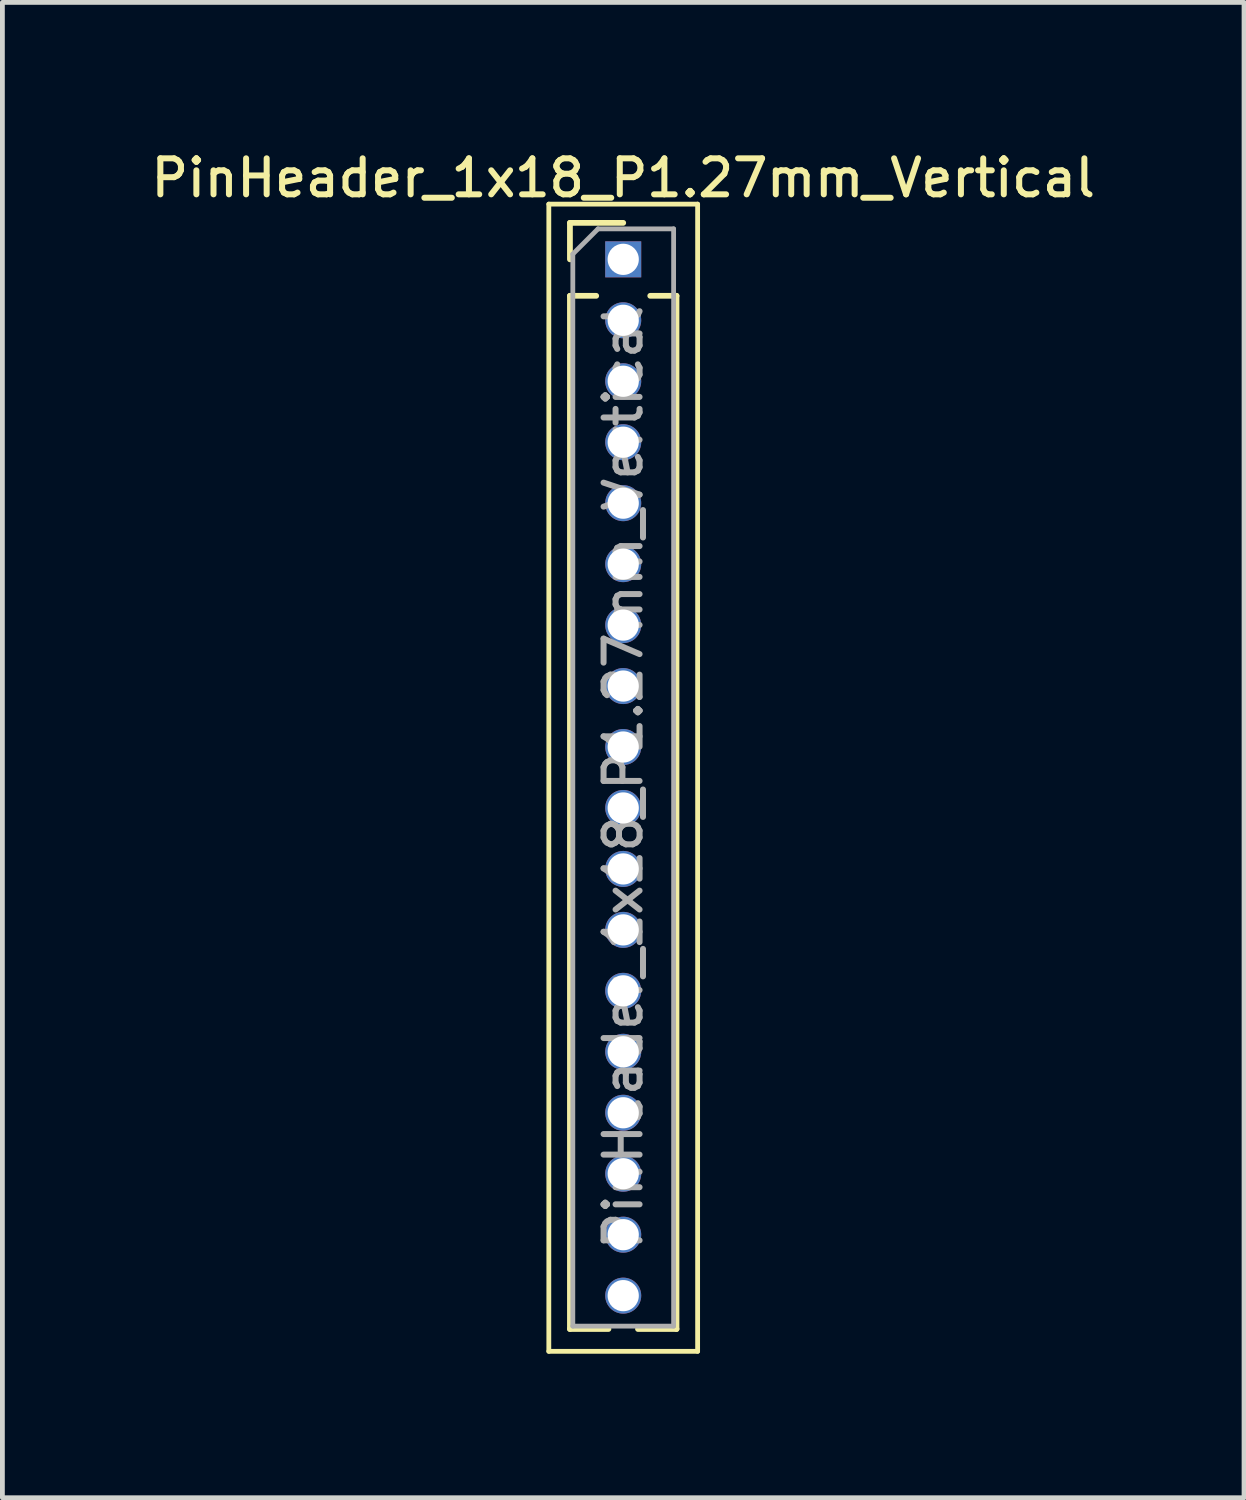
<source format=kicad_pcb>
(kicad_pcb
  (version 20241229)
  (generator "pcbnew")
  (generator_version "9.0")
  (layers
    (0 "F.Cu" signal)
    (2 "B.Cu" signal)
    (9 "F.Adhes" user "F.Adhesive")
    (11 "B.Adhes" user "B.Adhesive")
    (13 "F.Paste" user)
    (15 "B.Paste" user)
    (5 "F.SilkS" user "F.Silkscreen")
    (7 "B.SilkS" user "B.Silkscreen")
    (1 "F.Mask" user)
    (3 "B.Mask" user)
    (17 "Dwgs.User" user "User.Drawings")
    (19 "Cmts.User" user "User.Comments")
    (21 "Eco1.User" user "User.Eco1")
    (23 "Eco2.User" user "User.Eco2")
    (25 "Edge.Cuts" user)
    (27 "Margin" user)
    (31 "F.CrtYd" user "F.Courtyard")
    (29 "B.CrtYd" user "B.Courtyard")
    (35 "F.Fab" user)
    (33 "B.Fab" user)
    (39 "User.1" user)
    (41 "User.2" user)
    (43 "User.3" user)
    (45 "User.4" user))
  (footprint "PinHeader_1x18_P1.27mm_Vertical"
    (layer "F.Cu")
    (at 9.934 2.353)
    (property "Reference" "PinHeader_1x18_P1.27mm_Vertical" (at 0 -1.695 0) (layer "F.SilkS") (effects (font (size 0.75 0.75) (thickness 0.125))))
    (attr through_hole)
    (fp_line (start -1.55 -1.15) (end -1.55 22.75) (stroke (width 0.1) (type solid)) (layer "F.SilkS"))
    (fp_line (start -1.55 22.75) (end 1.55 22.75) (stroke (width 0.1) (type solid)) (layer "F.SilkS"))
    (fp_line (start -1.11 -0.76) (end 0 -0.76) (stroke (width 0.12) (type solid)) (layer "F.SilkS"))
    (fp_line (start -1.11 0) (end -1.11 -0.76) (stroke (width 0.12) (type solid)) (layer "F.SilkS"))
    (fp_line (start -1.11 0.76) (end -1.11 22.285) (stroke (width 0.12) (type solid)) (layer "F.SilkS"))
    (fp_line (start -1.11 0.76) (end -0.563 0.76) (stroke (width 0.12) (type solid)) (layer "F.SilkS"))
    (fp_line (start -1.11 22.285) (end -0.308 22.285) (stroke (width 0.12) (type solid)) (layer "F.SilkS"))
    (fp_line (start 0.308 22.285) (end 1.11 22.285) (stroke (width 0.12) (type solid)) (layer "F.SilkS"))
    (fp_line (start 0.563 0.76) (end 1.11 0.76) (stroke (width 0.12) (type solid)) (layer "F.SilkS"))
    (fp_line (start 1.11 0.76) (end 1.11 22.285) (stroke (width 0.12) (type solid)) (layer "F.SilkS"))
    (fp_line (start 1.55 -1.15) (end -1.55 -1.15) (stroke (width 0.1) (type solid)) (layer "F.SilkS"))
    (fp_line (start 1.55 22.75) (end 1.55 -1.15) (stroke (width 0.1) (type solid)) (layer "F.SilkS"))
    (fp_line (start -1.05 -0.11) (end -0.525 -0.635) (stroke (width 0.1) (type solid)) (layer "F.Fab"))
    (fp_line (start -1.05 22.225) (end -1.05 -0.11) (stroke (width 0.1) (type solid)) (layer "F.Fab"))
    (fp_line (start -0.525 -0.635) (end 1.05 -0.635) (stroke (width 0.1) (type solid)) (layer "F.Fab"))
    (fp_line (start 1.05 -0.635) (end 1.05 22.225) (stroke (width 0.1) (type solid)) (layer "F.Fab"))
    (fp_line (start 1.05 22.225) (end -1.05 22.225) (stroke (width 0.1) (type solid)) (layer "F.Fab"))
    (fp_text user "${REFERENCE}" (at 0 10.795 90) (layer "F.Fab") (effects (font (size 0.75 0.75) (thickness 0.125))))
    (pad "1" thru_hole rect (at 0 0) (size 0.75 0.75) (drill 0.65) (layers "*.Cu" "*.Mask"))
    (pad "2" thru_hole oval (at 0 1.27) (size 0.75 0.75) (drill 0.65) (layers "*.Cu" "*.Mask"))
    (pad "3" thru_hole oval (at 0 2.54) (size 0.75 0.75) (drill 0.65) (layers "*.Cu" "*.Mask"))
    (pad "4" thru_hole oval (at 0 3.81) (size 0.75 0.75) (drill 0.65) (layers "*.Cu" "*.Mask"))
    (pad "5" thru_hole oval (at 0 5.08) (size 0.75 0.75) (drill 0.65) (layers "*.Cu" "*.Mask"))
    (pad "6" thru_hole oval (at 0 6.35) (size 0.75 0.75) (drill 0.65) (layers "*.Cu" "*.Mask"))
    (pad "7" thru_hole oval (at 0 7.62) (size 0.75 0.75) (drill 0.65) (layers "*.Cu" "*.Mask"))
    (pad "8" thru_hole oval (at 0 8.89) (size 0.75 0.75) (drill 0.65) (layers "*.Cu" "*.Mask"))
    (pad "9" thru_hole oval (at 0 10.16) (size 0.75 0.75) (drill 0.65) (layers "*.Cu" "*.Mask"))
    (pad "10" thru_hole oval (at 0 11.43) (size 0.75 0.75) (drill 0.65) (layers "*.Cu" "*.Mask"))
    (pad "11" thru_hole oval (at 0 12.7) (size 0.75 0.75) (drill 0.65) (layers "*.Cu" "*.Mask"))
    (pad "12" thru_hole oval (at 0 13.97) (size 0.75 0.75) (drill 0.65) (layers "*.Cu" "*.Mask"))
    (pad "13" thru_hole oval (at 0 15.24) (size 0.75 0.75) (drill 0.65) (layers "*.Cu" "*.Mask"))
    (pad "14" thru_hole oval (at 0 16.51) (size 0.75 0.75) (drill 0.65) (layers "*.Cu" "*.Mask"))
    (pad "15" thru_hole oval (at 0 17.78) (size 0.75 0.75) (drill 0.65) (layers "*.Cu" "*.Mask"))
    (pad "16" thru_hole oval (at 0 19.05) (size 0.75 0.75) (drill 0.65) (layers "*.Cu" "*.Mask"))
    (pad "17" thru_hole oval (at 0 20.32) (size 0.75 0.75) (drill 0.65) (layers "*.Cu" "*.Mask"))
    (pad "18" thru_hole oval (at 0 21.59) (size 0.75 0.75) (drill 0.65) (layers "*.Cu" "*.Mask")))
  (gr_rect
    (start -3 -3)
    (end 22.868 28.153)
    (stroke (width 0.1) (type default))
    (fill no)
    (layer "Edge.Cuts")))
</source>
